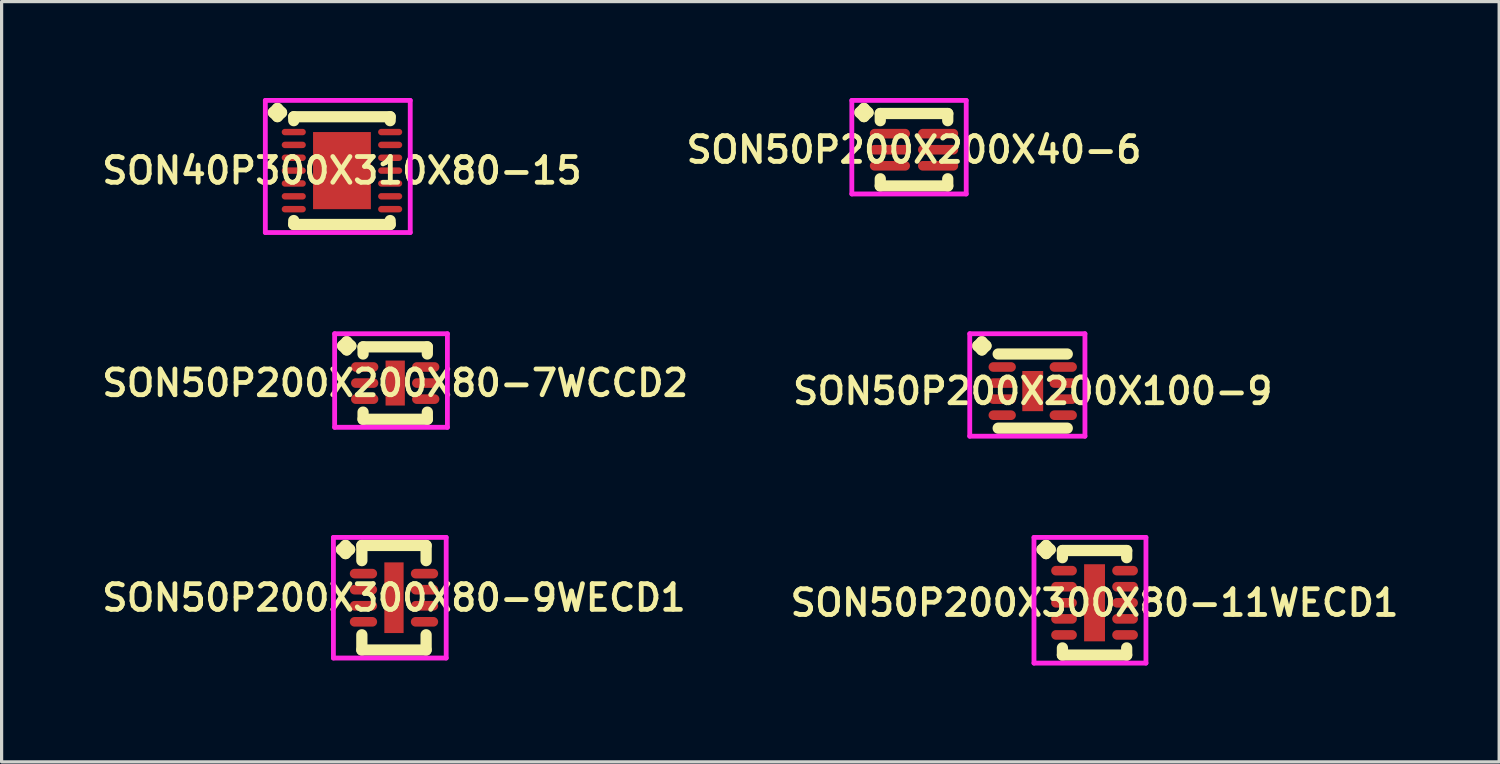
<source format=kicad_pcb>
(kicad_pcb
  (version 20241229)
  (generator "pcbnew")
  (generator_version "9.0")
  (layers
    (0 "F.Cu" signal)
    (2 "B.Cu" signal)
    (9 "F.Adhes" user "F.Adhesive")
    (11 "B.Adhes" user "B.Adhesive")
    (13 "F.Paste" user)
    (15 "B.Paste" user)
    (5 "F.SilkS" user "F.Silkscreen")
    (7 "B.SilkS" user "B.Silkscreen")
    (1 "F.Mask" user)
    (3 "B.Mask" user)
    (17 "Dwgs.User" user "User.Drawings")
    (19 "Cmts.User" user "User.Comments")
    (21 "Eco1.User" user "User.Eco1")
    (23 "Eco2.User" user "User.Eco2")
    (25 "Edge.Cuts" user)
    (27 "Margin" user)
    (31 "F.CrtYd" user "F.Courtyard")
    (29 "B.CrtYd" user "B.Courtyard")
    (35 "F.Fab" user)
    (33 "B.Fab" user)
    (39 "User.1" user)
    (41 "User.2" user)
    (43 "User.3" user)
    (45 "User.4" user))
  (footprint "SON50P200X200X40-6"
    (layer "F.Cu")
    (at 25.397 1.61)
    (property "Reference" "SON50P200X200X40-6" (at 0 0 0) (layer "F.SilkS") (effects (font (size 0.8 0.8) (thickness 0.15))))
    (attr through_hole)
    (fp_line (start -1.685 -1.158) (end -1.558 -1.285) (stroke (width 0.35) (type solid)) (layer "F.SilkS"))
    (fp_line (start -1.558 -1.285) (end -1.431 -1.158) (stroke (width 0.35) (type solid)) (layer "F.SilkS"))
    (fp_line (start -1.558 -1.031) (end -1.685 -1.158) (stroke (width 0.35) (type solid)) (layer "F.SilkS"))
    (fp_line (start -1.431 -1.158) (end -1.558 -1.031) (stroke (width 0.35) (type solid)) (layer "F.SilkS"))
    (fp_line (start -1.05 -1.127) (end 1.05 -1.127) (stroke (width 0.35) (type solid)) (layer "F.SilkS"))
    (fp_line (start -1.05 -0.904) (end -1.05 -1.127) (stroke (width 0.35) (type solid)) (layer "F.SilkS"))
    (fp_line (start -1.05 0.904) (end -1.05 1.127) (stroke (width 0.35) (type solid)) (layer "F.SilkS"))
    (fp_line (start -1.05 1.127) (end 1.05 1.127) (stroke (width 0.35) (type solid)) (layer "F.SilkS"))
    (fp_line (start 1.05 -1.127) (end 1.05 -0.904) (stroke (width 0.35) (type solid)) (layer "F.SilkS"))
    (fp_line (start 1.05 1.127) (end 1.05 0.904) (stroke (width 0.35) (type solid)) (layer "F.SilkS"))
    (fp_line (start -1.935 -1.535) (end 1.625 -1.535) (stroke (width 0.15) (type solid)) (layer "F.CrtYd"))
    (fp_line (start -1.935 1.377) (end -1.935 -1.535) (stroke (width 0.15) (type solid)) (layer "F.CrtYd"))
    (fp_line (start 1.625 -1.535) (end 1.625 1.377) (stroke (width 0.15) (type solid)) (layer "F.CrtYd"))
    (fp_line (start 1.625 1.377) (end -1.935 1.377) (stroke (width 0.15) (type solid)) (layer "F.CrtYd"))
    (pad "1" smd oval (at -0.75 -0.5) (size 1.25 0.3) (layers "F.Cu" "F.Mask" "F.Paste"))
    (pad "2" smd oval (at -0.75 0) (size 1.25 0.3) (layers "F.Cu" "F.Mask" "F.Paste"))
    (pad "3" smd oval (at -0.75 0.5) (size 1.25 0.3) (layers "F.Cu" "F.Mask" "F.Paste"))
    (pad "4" smd oval (at 0.75 0.5) (size 1.25 0.3) (layers "F.Cu" "F.Mask" "F.Paste"))
    (pad "5" smd oval (at 0.75 0) (size 1.25 0.3) (layers "F.Cu" "F.Mask" "F.Paste"))
    (pad "6" smd oval (at 0.75 -0.5) (size 1.25 0.3) (layers "F.Cu" "F.Mask" "F.Paste")))
  (footprint "SON50P200X200X100-9"
    (layer "F.Cu")
    (at 29.092 9.122)
    (property "Reference" "SON50P200X200X100-9" (at 0 0 0) (layer "F.SilkS") (effects (font (size 0.8 0.8) (thickness 0.15))))
    (attr through_hole)
    (fp_line (start -1.71 -1.408) (end -1.583 -1.535) (stroke (width 0.35) (type solid)) (layer "F.SilkS"))
    (fp_line (start -1.583 -1.535) (end -1.456 -1.408) (stroke (width 0.35) (type solid)) (layer "F.SilkS"))
    (fp_line (start -1.583 -1.281) (end -1.71 -1.408) (stroke (width 0.35) (type solid)) (layer "F.SilkS"))
    (fp_line (start -1.456 -1.408) (end -1.583 -1.281) (stroke (width 0.35) (type solid)) (layer "F.SilkS"))
    (fp_line (start -1.075 -1.154) (end 1.075 -1.154) (stroke (width 0.35) (type solid)) (layer "F.SilkS"))
    (fp_line (start -1.075 1.154) (end 1.075 1.154) (stroke (width 0.35) (type solid)) (layer "F.SilkS"))
    (fp_line (start -1.96 -1.785) (end 1.625 -1.785) (stroke (width 0.15) (type solid)) (layer "F.CrtYd"))
    (fp_line (start -1.96 1.404) (end -1.96 -1.785) (stroke (width 0.15) (type solid)) (layer "F.CrtYd"))
    (fp_line (start 1.625 -1.785) (end 1.625 1.404) (stroke (width 0.15) (type solid)) (layer "F.CrtYd"))
    (fp_line (start 1.625 1.404) (end -1.96 1.404) (stroke (width 0.15) (type solid)) (layer "F.CrtYd"))
    (pad "1" smd oval (at -0.95 -0.75) (size 0.85 0.3) (layers "F.Cu" "F.Mask" "F.Paste"))
    (pad "2" smd oval (at -0.95 -0.25) (size 0.85 0.3) (layers "F.Cu" "F.Mask" "F.Paste"))
    (pad "3" smd oval (at -0.95 0.25) (size 0.85 0.3) (layers "F.Cu" "F.Mask" "F.Paste"))
    (pad "4" smd oval (at -0.95 0.75) (size 0.85 0.3) (layers "F.Cu" "F.Mask" "F.Paste"))
    (pad "5" smd oval (at 0.95 0.75) (size 0.85 0.3) (layers "F.Cu" "F.Mask" "F.Paste"))
    (pad "6" smd oval (at 0.95 0.25) (size 0.85 0.3) (layers "F.Cu" "F.Mask" "F.Paste"))
    (pad "7" smd oval (at 0.95 -0.25) (size 0.85 0.3) (layers "F.Cu" "F.Mask" "F.Paste"))
    (pad "8" smd oval (at 0.95 -0.75) (size 0.85 0.3) (layers "F.Cu" "F.Mask" "F.Paste"))
    (pad "9" smd rect (at 0 0) (size 0.65 1.25) (layers "F.Cu" "F.Mask" "F.Paste")))
  (footprint "SON50P200X200X80-7WCCD2"
    (layer "F.Cu")
    (at 9.25 8.872)
    (property "Reference" "SON50P200X200X80-7WCCD2" (at 0 0 0) (layer "F.SilkS") (effects (font (size 0.8 0.8) (thickness 0.15))))
    (attr smd)
    (fp_line (start -1.635 -1.158) (end -1.508 -1.285) (stroke (width 0.35) (type solid)) (layer "F.SilkS"))
    (fp_line (start -1.508 -1.285) (end -1.381 -1.158) (stroke (width 0.35) (type solid)) (layer "F.SilkS"))
    (fp_line (start -1.508 -1.031) (end -1.635 -1.158) (stroke (width 0.35) (type solid)) (layer "F.SilkS"))
    (fp_line (start -1.381 -1.158) (end -1.508 -1.031) (stroke (width 0.35) (type solid)) (layer "F.SilkS"))
    (fp_line (start -1 -1.127) (end 1 -1.127) (stroke (width 0.35) (type solid)) (layer "F.SilkS"))
    (fp_line (start -1 -0.904) (end -1 -1.127) (stroke (width 0.35) (type solid)) (layer "F.SilkS"))
    (fp_line (start -1 0.904) (end -1 1.127) (stroke (width 0.35) (type solid)) (layer "F.SilkS"))
    (fp_line (start -1 1.127) (end 1 1.127) (stroke (width 0.35) (type solid)) (layer "F.SilkS"))
    (fp_line (start 1 -1.127) (end 1 -0.904) (stroke (width 0.35) (type solid)) (layer "F.SilkS"))
    (fp_line (start 1 1.127) (end 1 0.904) (stroke (width 0.35) (type solid)) (layer "F.SilkS"))
    (fp_line (start -1.885 -1.535) (end 1.625 -1.535) (stroke (width 0.15) (type solid)) (layer "F.CrtYd"))
    (fp_line (start -1.885 1.377) (end -1.885 -1.535) (stroke (width 0.15) (type solid)) (layer "F.CrtYd"))
    (fp_line (start 1.625 -1.535) (end 1.625 1.377) (stroke (width 0.15) (type solid)) (layer "F.CrtYd"))
    (fp_line (start 1.625 1.377) (end -1.885 1.377) (stroke (width 0.15) (type solid)) (layer "F.CrtYd"))
    (pad "1" smd oval (at -0.95 -0.5) (size 0.85 0.3) (layers "F.Cu" "F.Mask" "F.Paste"))
    (pad "2" smd oval (at -0.95 0) (size 0.85 0.3) (layers "F.Cu" "F.Mask" "F.Paste"))
    (pad "3" smd oval (at -0.95 0.5) (size 0.85 0.3) (layers "F.Cu" "F.Mask" "F.Paste"))
    (pad "4" smd oval (at 0.95 0.5) (size 0.85 0.3) (layers "F.Cu" "F.Mask" "F.Paste"))
    (pad "5" smd oval (at 0.95 0) (size 0.85 0.3) (layers "F.Cu" "F.Mask" "F.Paste"))
    (pad "6" smd oval (at 0.95 -0.5) (size 0.85 0.3) (layers "F.Cu" "F.Mask" "F.Paste"))
    (pad "7" smd rect (at 0 0) (size 0.6 1.4) (layers "F.Cu" "F.Mask" "F.Paste")))
  (footprint "SON50P200X300X80-9WECD1"
    (layer "F.Cu")
    (at 9.212 15.553)
    (property "Reference" "SON50P200X300X80-9WECD1" (at 0 0 0) (layer "F.SilkS") (effects (font (size 0.8 0.8) (thickness 0.15))))
    (attr smd)
    (fp_line (start -1.635 -1.5) (end -1.508 -1.627) (stroke (width 0.35) (type solid)) (layer "F.SilkS"))
    (fp_line (start -1.508 -1.627) (end -1.381 -1.5) (stroke (width 0.35) (type solid)) (layer "F.SilkS"))
    (fp_line (start -1.508 -1.373) (end -1.635 -1.5) (stroke (width 0.35) (type solid)) (layer "F.SilkS"))
    (fp_line (start -1.381 -1.5) (end -1.508 -1.373) (stroke (width 0.35) (type solid)) (layer "F.SilkS"))
    (fp_line (start -1 -1.627) (end 1 -1.627) (stroke (width 0.35) (type solid)) (layer "F.SilkS"))
    (fp_line (start -1 -1.154) (end -1 -1.627) (stroke (width 0.35) (type solid)) (layer "F.SilkS"))
    (fp_line (start -1 1.154) (end -1 1.627) (stroke (width 0.35) (type solid)) (layer "F.SilkS"))
    (fp_line (start -1 1.627) (end 1 1.627) (stroke (width 0.35) (type solid)) (layer "F.SilkS"))
    (fp_line (start 1 -1.627) (end 1 -1.154) (stroke (width 0.35) (type solid)) (layer "F.SilkS"))
    (fp_line (start 1 1.627) (end 1 1.154) (stroke (width 0.35) (type solid)) (layer "F.SilkS"))
    (fp_line (start -1.885 -1.877) (end 1.625 -1.877) (stroke (width 0.15) (type solid)) (layer "F.CrtYd"))
    (fp_line (start -1.885 1.877) (end -1.885 -1.877) (stroke (width 0.15) (type solid)) (layer "F.CrtYd"))
    (fp_line (start 1.625 -1.877) (end 1.625 1.877) (stroke (width 0.15) (type solid)) (layer "F.CrtYd"))
    (fp_line (start 1.625 1.877) (end -1.885 1.877) (stroke (width 0.15) (type solid)) (layer "F.CrtYd"))
    (pad "1" smd oval (at -0.95 -0.75) (size 0.85 0.3) (layers "F.Cu" "F.Mask" "F.Paste"))
    (pad "2" smd oval (at -0.95 -0.25) (size 0.85 0.3) (layers "F.Cu" "F.Mask" "F.Paste"))
    (pad "3" smd oval (at -0.95 0.25) (size 0.85 0.3) (layers "F.Cu" "F.Mask" "F.Paste"))
    (pad "4" smd oval (at -0.95 0.75) (size 0.85 0.3) (layers "F.Cu" "F.Mask" "F.Paste"))
    (pad "5" smd oval (at 0.95 0.75) (size 0.85 0.3) (layers "F.Cu" "F.Mask" "F.Paste"))
    (pad "6" smd oval (at 0.95 0.25) (size 0.85 0.3) (layers "F.Cu" "F.Mask" "F.Paste"))
    (pad "7" smd oval (at 0.95 -0.25) (size 0.85 0.3) (layers "F.Cu" "F.Mask" "F.Paste"))
    (pad "8" smd oval (at 0.95 -0.75) (size 0.85 0.3) (layers "F.Cu" "F.Mask" "F.Paste"))
    (pad "9" smd rect (at 0 0) (size 0.6 2.2) (layers "F.Cu" "F.Mask" "F.Paste")))
  (footprint "SON50P200X300X80-11WECD1"
    (layer "F.Cu")
    (at 31.016 15.711)
    (property "Reference" "SON50P200X300X80-11WECD1" (at 0 0 0) (layer "F.SilkS") (effects (font (size 0.8 0.8) (thickness 0.15))))
    (attr through_hole)
    (fp_line (start -1.635 -1.658) (end -1.508 -1.785) (stroke (width 0.35) (type solid)) (layer "F.SilkS"))
    (fp_line (start -1.508 -1.785) (end -1.381 -1.658) (stroke (width 0.35) (type solid)) (layer "F.SilkS"))
    (fp_line (start -1.508 -1.531) (end -1.635 -1.658) (stroke (width 0.35) (type solid)) (layer "F.SilkS"))
    (fp_line (start -1.381 -1.658) (end -1.508 -1.531) (stroke (width 0.35) (type solid)) (layer "F.SilkS"))
    (fp_line (start -1 -1.627) (end 1 -1.627) (stroke (width 0.35) (type solid)) (layer "F.SilkS"))
    (fp_line (start -1 -1.404) (end -1 -1.627) (stroke (width 0.35) (type solid)) (layer "F.SilkS"))
    (fp_line (start -1 1.404) (end -1 1.627) (stroke (width 0.35) (type solid)) (layer "F.SilkS"))
    (fp_line (start -1 1.627) (end 1 1.627) (stroke (width 0.35) (type solid)) (layer "F.SilkS"))
    (fp_line (start 1 -1.627) (end 1 -1.404) (stroke (width 0.35) (type solid)) (layer "F.SilkS"))
    (fp_line (start 1 1.627) (end 1 1.404) (stroke (width 0.35) (type solid)) (layer "F.SilkS"))
    (fp_line (start -1.885 -2.035) (end 1.6 -2.035) (stroke (width 0.15) (type solid)) (layer "F.CrtYd"))
    (fp_line (start -1.885 1.877) (end -1.885 -2.035) (stroke (width 0.15) (type solid)) (layer "F.CrtYd"))
    (fp_line (start 1.6 -2.035) (end 1.6 1.877) (stroke (width 0.15) (type solid)) (layer "F.CrtYd"))
    (fp_line (start 1.6 1.877) (end -1.885 1.877) (stroke (width 0.15) (type solid)) (layer "F.CrtYd"))
    (pad "1" smd oval (at -0.95 -1) (size 0.8 0.3) (layers "F.Cu" "F.Mask" "F.Paste"))
    (pad "2" smd oval (at -0.95 -0.5) (size 0.8 0.3) (layers "F.Cu" "F.Mask" "F.Paste"))
    (pad "3" smd oval (at -0.95 0) (size 0.8 0.3) (layers "F.Cu" "F.Mask" "F.Paste"))
    (pad "4" smd oval (at -0.95 0.5) (size 0.8 0.3) (layers "F.Cu" "F.Mask" "F.Paste"))
    (pad "5" smd oval (at -0.95 1) (size 0.8 0.3) (layers "F.Cu" "F.Mask" "F.Paste"))
    (pad "6" smd oval (at 0.95 1) (size 0.8 0.3) (layers "F.Cu" "F.Mask" "F.Paste"))
    (pad "7" smd oval (at 0.95 0.5) (size 0.8 0.3) (layers "F.Cu" "F.Mask" "F.Paste"))
    (pad "8" smd oval (at 0.95 0) (size 0.8 0.3) (layers "F.Cu" "F.Mask" "F.Paste"))
    (pad "9" smd oval (at 0.95 -0.5) (size 0.8 0.3) (layers "F.Cu" "F.Mask" "F.Paste"))
    (pad "10" smd oval (at 0.95 -1) (size 0.8 0.3) (layers "F.Cu" "F.Mask" "F.Paste"))
    (pad "11" smd rect (at 0 0) (size 0.65 2.4) (layers "F.Cu" "F.Mask" "F.Paste")))
  (footprint "SON40P300X310X80-15"
    (layer "F.Cu")
    (at 7.593 2.26)
    (property "Reference" "SON40P300X310X80-15" (at 0 0 0) (layer "F.SilkS") (effects (font (size 0.8 0.8) (thickness 0.15))))
    (attr smd)
    (fp_line (start -2.135 -1.808) (end -2.008 -1.935) (stroke (width 0.35) (type solid)) (layer "F.SilkS"))
    (fp_line (start -2.008 -1.935) (end -1.881 -1.808) (stroke (width 0.35) (type solid)) (layer "F.SilkS"))
    (fp_line (start -2.008 -1.681) (end -2.135 -1.808) (stroke (width 0.35) (type solid)) (layer "F.SilkS"))
    (fp_line (start -1.881 -1.808) (end -2.008 -1.681) (stroke (width 0.35) (type solid)) (layer "F.SilkS"))
    (fp_line (start -1.5 -1.677) (end 1.5 -1.677) (stroke (width 0.35) (type solid)) (layer "F.SilkS"))
    (fp_line (start -1.5 -1.554) (end -1.5 -1.677) (stroke (width 0.35) (type solid)) (layer "F.SilkS"))
    (fp_line (start -1.5 1.554) (end -1.5 1.677) (stroke (width 0.35) (type solid)) (layer "F.SilkS"))
    (fp_line (start -1.5 1.677) (end 1.5 1.677) (stroke (width 0.35) (type solid)) (layer "F.SilkS"))
    (fp_line (start 1.5 -1.677) (end 1.5 -1.554) (stroke (width 0.35) (type solid)) (layer "F.SilkS"))
    (fp_line (start 1.5 1.677) (end 1.5 1.554) (stroke (width 0.35) (type solid)) (layer "F.SilkS"))
    (fp_line (start -2.385 -2.185) (end 2.125 -2.185) (stroke (width 0.15) (type solid)) (layer "F.CrtYd"))
    (fp_line (start -2.385 1.927) (end -2.385 -2.185) (stroke (width 0.15) (type solid)) (layer "F.CrtYd"))
    (fp_line (start 2.125 -2.185) (end 2.125 1.927) (stroke (width 0.15) (type solid)) (layer "F.CrtYd"))
    (fp_line (start 2.125 1.927) (end -2.385 1.927) (stroke (width 0.15) (type solid)) (layer "F.CrtYd"))
    (pad "1" smd oval (at -1.5 -1.2) (size 0.75 0.2) (layers "F.Cu" "F.Mask" "F.Paste"))
    (pad "2" smd oval (at -1.5 -0.8) (size 0.75 0.2) (layers "F.Cu" "F.Mask" "F.Paste"))
    (pad "3" smd oval (at -1.5 -0.4) (size 0.75 0.2) (layers "F.Cu" "F.Mask" "F.Paste"))
    (pad "4" smd oval (at -1.5 0) (size 0.75 0.2) (layers "F.Cu" "F.Mask" "F.Paste"))
    (pad "5" smd oval (at -1.5 0.4) (size 0.75 0.2) (layers "F.Cu" "F.Mask" "F.Paste"))
    (pad "6" smd oval (at -1.5 0.8) (size 0.75 0.2) (layers "F.Cu" "F.Mask" "F.Paste"))
    (pad "7" smd oval (at -1.5 1.2) (size 0.75 0.2) (layers "F.Cu" "F.Mask" "F.Paste"))
    (pad "8" smd oval (at 1.5 1.2) (size 0.75 0.2) (layers "F.Cu" "F.Mask" "F.Paste"))
    (pad "9" smd oval (at 1.5 0.8) (size 0.75 0.2) (layers "F.Cu" "F.Mask" "F.Paste"))
    (pad "10" smd oval (at 1.5 0.4) (size 0.75 0.2) (layers "F.Cu" "F.Mask" "F.Paste"))
    (pad "11" smd oval (at 1.5 0) (size 0.75 0.2) (layers "F.Cu" "F.Mask" "F.Paste"))
    (pad "12" smd oval (at 1.5 -0.4) (size 0.75 0.2) (layers "F.Cu" "F.Mask" "F.Paste"))
    (pad "13" smd oval (at 1.5 -0.8) (size 0.75 0.2) (layers "F.Cu" "F.Mask" "F.Paste"))
    (pad "14" smd oval (at 1.5 -1.2) (size 0.75 0.2) (layers "F.Cu" "F.Mask" "F.Paste"))
    (pad "15" smd rect (at 0 0) (size 1.8 2.4) (layers "F.Cu" "F.Mask" "F.Paste")))
  (gr_rect
    (start -3 -3)
    (end 43.609 20.663)
    (stroke (width 0.1) (type default))
    (fill no)
    (layer "Edge.Cuts")))
</source>
